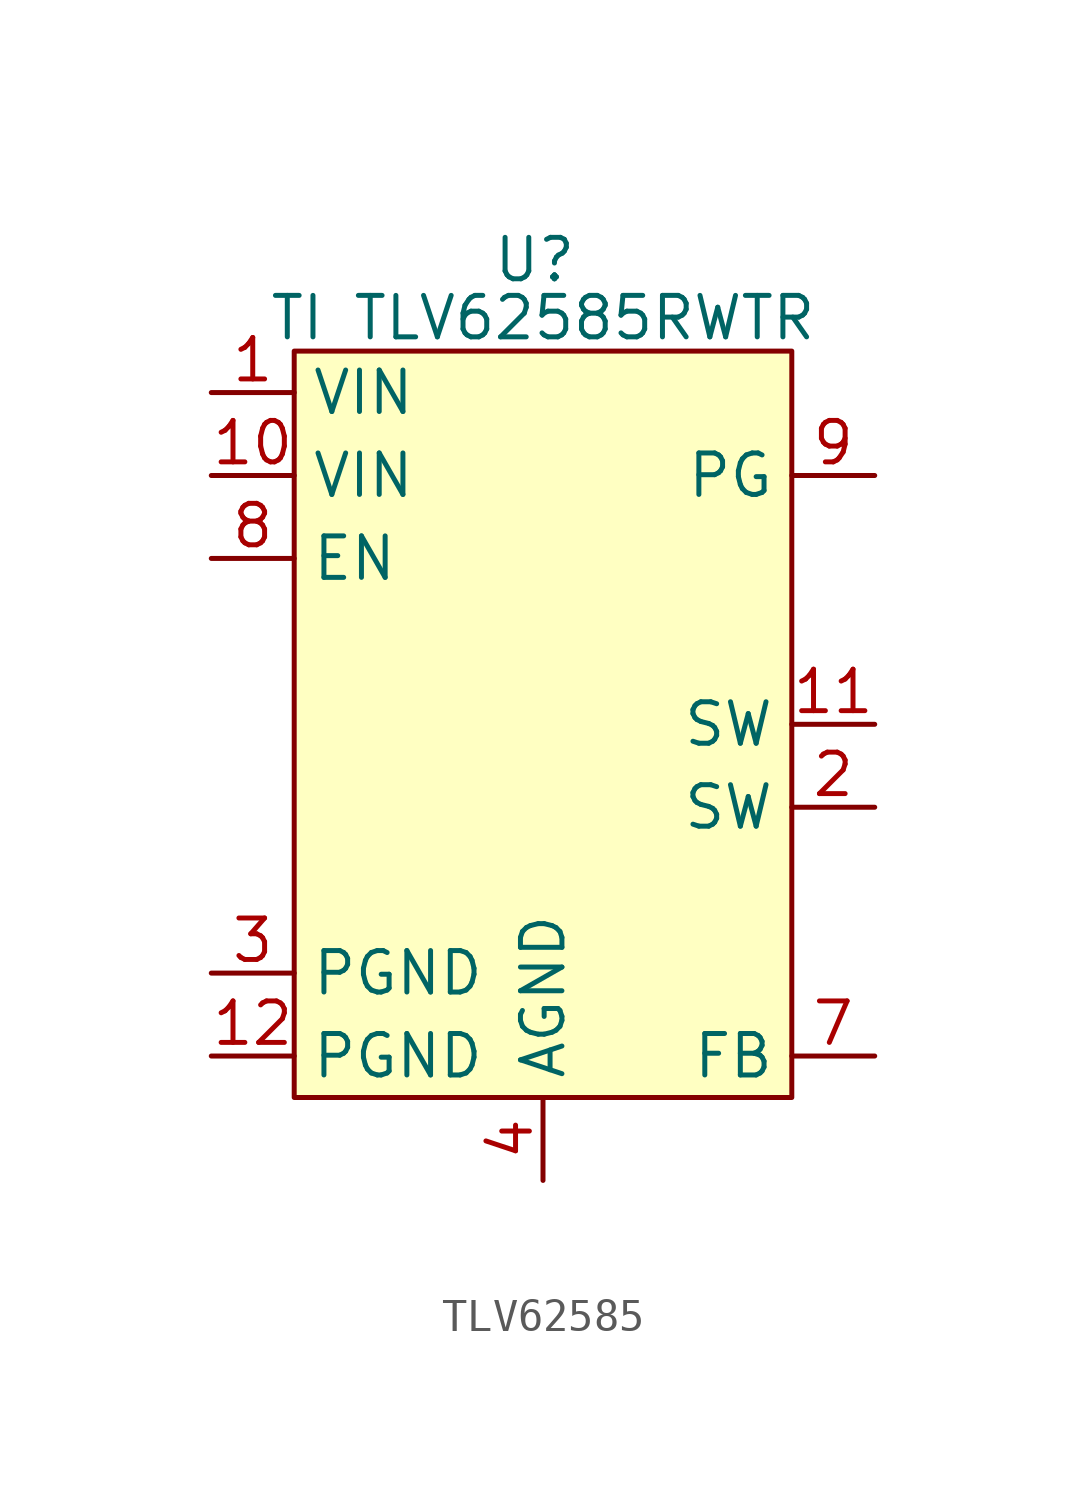
<source format=kicad_sym>
(kicad_symbol_lib
  (version 20241209)
  (generator "kicad_symbol_editor")
  (generator_version "9.0")
  (symbol "TLV62585"
    (property "Reference" "U"
      (at -0.254 14.224 0)
      (effects (font (size 1.27 1.27))))
    (property "Value" "TI TLV62585RWTR"
      (at 0 12.446 0)
      (effects (font (size 1.27 1.27))))
    (symbol "TLV62585_0_1"
      (rectangle (start -7.62 11.43) (end 7.62 -11.43) (stroke (width 0) (type default)) (fill (type background))))
    (symbol "TLV62585_1_1"
      (pin input line (at -10.16 10.16 0) (length 2.54) (name "VIN" (effects (font (size 1.27 1.27)))) (number "1" (effects (font (size 1.27 1.27)))))
      (pin input line (at -10.16 7.62 0) (length 2.54) (name "VIN" (effects (font (size 1.27 1.27)))) (number "10" (effects (font (size 1.27 1.27)))))
      (pin input line (at -10.16 5.08 0) (length 2.54) (name "EN" (effects (font (size 1.27 1.27)))) (number "8" (effects (font (size 1.27 1.27)))))
      (pin input line (at -10.16 -7.62 0) (length 2.54) (name "PGND" (effects (font (size 1.27 1.27)))) (number "3" (effects (font (size 1.27 1.27)))))
      (pin input line (at -10.16 -10.16 0) (length 2.54) (name "PGND" (effects (font (size 1.27 1.27)))) (number "12" (effects (font (size 1.27 1.27)))))
      (pin input line (at 0 -13.97 90) (length 2.54) (name "AGND" (effects (font (size 1.27 1.27)))) (number "4" (effects (font (size 1.27 1.27)))))
      (pin input line (at 10.16 7.62 180) (length 2.54) (name "PG" (effects (font (size 1.27 1.27)))) (number "9" (effects (font (size 1.27 1.27)))))
      (pin input line (at 10.16 0 180) (length 2.54) (name "SW" (effects (font (size 1.27 1.27)))) (number "11" (effects (font (size 1.27 1.27)))))
      (pin input line (at 10.16 -2.54 180) (length 2.54) (name "SW" (effects (font (size 1.27 1.27)))) (number "2" (effects (font (size 1.27 1.27)))))
      (pin input line (at 10.16 -10.16 180) (length 2.54) (name "FB" (effects (font (size 1.27 1.27)))) (number "7" (effects (font (size 1.27 1.27))))))))
</source>
